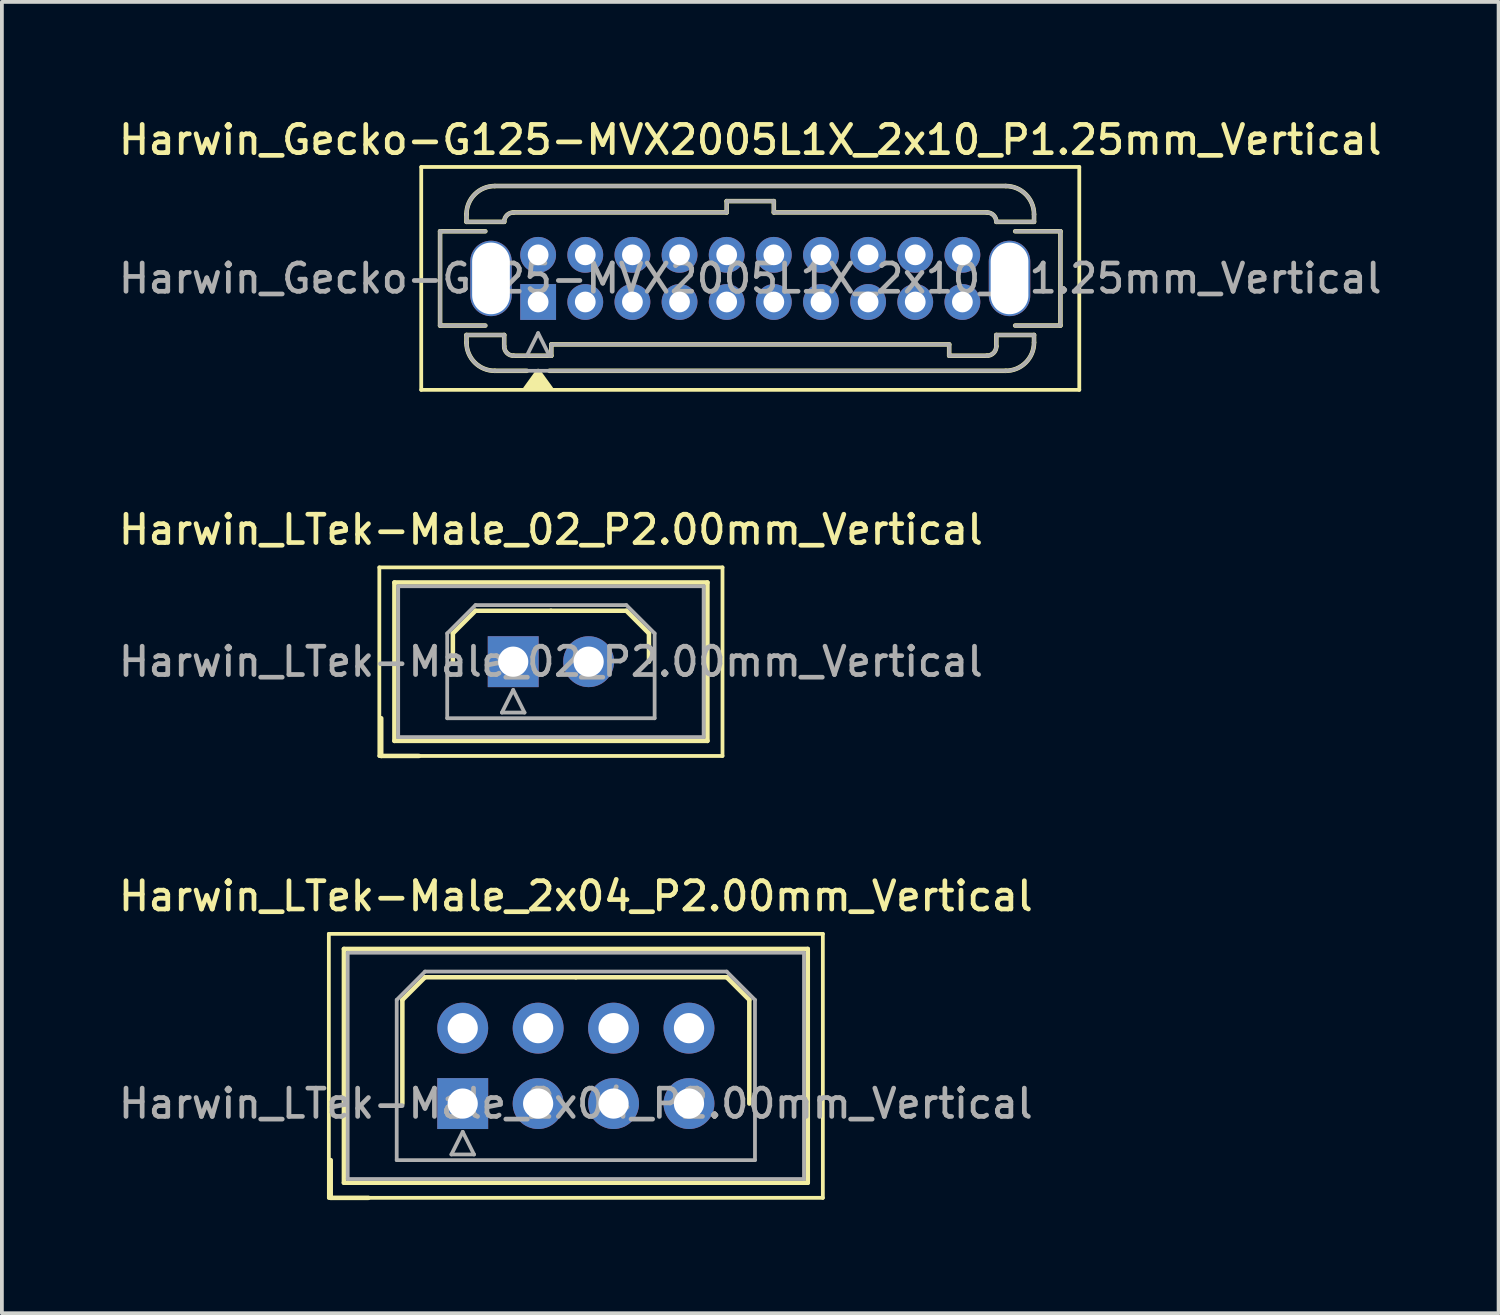
<source format=kicad_pcb>
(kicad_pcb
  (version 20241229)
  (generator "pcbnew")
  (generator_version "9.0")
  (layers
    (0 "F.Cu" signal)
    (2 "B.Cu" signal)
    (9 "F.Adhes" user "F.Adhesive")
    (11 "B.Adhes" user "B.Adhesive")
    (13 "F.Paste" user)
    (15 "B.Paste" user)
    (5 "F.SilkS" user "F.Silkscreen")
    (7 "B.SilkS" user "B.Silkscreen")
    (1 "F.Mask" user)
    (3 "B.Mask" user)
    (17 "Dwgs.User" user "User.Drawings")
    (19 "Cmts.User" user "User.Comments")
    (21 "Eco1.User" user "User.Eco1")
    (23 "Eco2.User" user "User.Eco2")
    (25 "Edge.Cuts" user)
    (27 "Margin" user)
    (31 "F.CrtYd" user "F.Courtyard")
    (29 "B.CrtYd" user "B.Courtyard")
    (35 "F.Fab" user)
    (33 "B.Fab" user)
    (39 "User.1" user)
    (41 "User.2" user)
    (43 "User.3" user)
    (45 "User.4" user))
  (footprint "Harwin_Gecko-G125-MVX2005L1X_2x10_P1.25mm_Vertical"
    (layer "F.Cu")
    (at 11.22 4.958)
    (property "Reference" "Harwin_Gecko-G125-MVX2005L1X_2x10_P1.25mm_Vertical" (at 5.625 -4.3 0) (layer "F.SilkS") (effects (font (size 0.75 0.75) (thickness 0.125))))
    (attr through_hole)
    (fp_line (start -3.1 -3.58) (end -3.1 2.33) (stroke (width 0.1) (type solid)) (layer "F.SilkS"))
    (fp_line (start -3.1 2.33) (end 14.35 2.33) (stroke (width 0.1) (type solid)) (layer "F.SilkS"))
    (fp_line (start -2.6 -1.875) (end -2.6 0.625) (stroke (width 0.12) (type solid)) (layer "F.SilkS"))
    (fp_line (start -2.6 0.625) (end -1.4 0.625) (stroke (width 0.12) (type solid)) (layer "F.SilkS"))
    (fp_line (start -1.9 -2.325) (end -1.9 -2.125) (stroke (width 0.12) (type solid)) (layer "F.SilkS"))
    (fp_line (start -1.9 -2.125) (end -0.9 -2.125) (stroke (width 0.12) (type solid)) (layer "F.SilkS"))
    (fp_line (start -1.9 0.875) (end -0.9 0.875) (stroke (width 0.12) (type solid)) (layer "F.SilkS"))
    (fp_line (start -1.9 1.075) (end -1.9 0.875) (stroke (width 0.12) (type solid)) (layer "F.SilkS"))
    (fp_line (start -1.4 -1.875) (end -2.6 -1.875) (stroke (width 0.12) (type solid)) (layer "F.SilkS"))
    (fp_line (start -1.15 -3.075) (end 12.4 -3.075) (stroke (width 0.12) (type solid)) (layer "F.SilkS"))
    (fp_line (start -1.15 1.825) (end -0.3 1.825) (stroke (width 0.12) (type solid)) (layer "F.SilkS"))
    (fp_line (start -0.9 1.175) (end -0.9 0.875) (stroke (width 0.12) (type solid)) (layer "F.SilkS"))
    (fp_line (start -0.65 -2.375) (end 5 -2.375) (stroke (width 0.12) (type solid)) (layer "F.SilkS"))
    (fp_line (start -0.65 1.425) (end 0.35 1.425) (stroke (width 0.12) (type solid)) (layer "F.SilkS"))
    (fp_line (start 0.3 1.825) (end 12.4 1.825) (stroke (width 0.12) (type solid)) (layer "F.SilkS"))
    (fp_line (start 0.35 1.125) (end 10.9 1.125) (stroke (width 0.12) (type solid)) (layer "F.SilkS"))
    (fp_line (start 0.35 1.425) (end 0.35 1.125) (stroke (width 0.12) (type solid)) (layer "F.SilkS"))
    (fp_line (start 5 -2.675) (end 6.25 -2.675) (stroke (width 0.12) (type solid)) (layer "F.SilkS"))
    (fp_line (start 5 -2.375) (end 5 -2.675) (stroke (width 0.12) (type solid)) (layer "F.SilkS"))
    (fp_line (start 6.25 -2.675) (end 6.25 -2.375) (stroke (width 0.12) (type solid)) (layer "F.SilkS"))
    (fp_line (start 6.25 -2.375) (end 11.9 -2.375) (stroke (width 0.12) (type solid)) (layer "F.SilkS"))
    (fp_line (start 10.9 1.125) (end 10.9 1.425) (stroke (width 0.12) (type solid)) (layer "F.SilkS"))
    (fp_line (start 10.9 1.425) (end 11.9 1.425) (stroke (width 0.12) (type solid)) (layer "F.SilkS"))
    (fp_line (start 12.15 1.175) (end 12.15 0.875) (stroke (width 0.12) (type solid)) (layer "F.SilkS"))
    (fp_line (start 12.65 -1.875) (end 13.85 -1.875) (stroke (width 0.12) (type solid)) (layer "F.SilkS"))
    (fp_line (start 13.15 -2.325) (end 13.15 -2.125) (stroke (width 0.12) (type solid)) (layer "F.SilkS"))
    (fp_line (start 13.15 -2.125) (end 12.15 -2.125) (stroke (width 0.12) (type solid)) (layer "F.SilkS"))
    (fp_line (start 13.15 0.875) (end 12.15 0.875) (stroke (width 0.12) (type solid)) (layer "F.SilkS"))
    (fp_line (start 13.15 1.075) (end 13.15 0.875) (stroke (width 0.12) (type solid)) (layer "F.SilkS"))
    (fp_line (start 13.85 -1.875) (end 13.85 0.625) (stroke (width 0.12) (type solid)) (layer "F.SilkS"))
    (fp_line (start 13.85 0.625) (end 12.65 0.625) (stroke (width 0.12) (type solid)) (layer "F.SilkS"))
    (fp_line (start 14.35 -3.58) (end -3.1 -3.58) (stroke (width 0.1) (type solid)) (layer "F.SilkS"))
    (fp_line (start 14.35 -3.58) (end 14.35 2.33) (stroke (width 0.1) (type solid)) (layer "F.SilkS"))
    (fp_arc (start -1.9 -2.325) (mid -1.68033 -2.85533) (end -1.15 -3.075) (stroke (width 0.12) (type solid)) (layer "F.SilkS"))
    (fp_arc (start -1.15 1.825) (mid -1.68033 1.60533) (end -1.9 1.075) (stroke (width 0.12) (type solid)) (layer "F.SilkS"))
    (fp_arc (start -0.9 -2.125) (mid -0.826777 -2.301777) (end -0.65 -2.375) (stroke (width 0.12) (type solid)) (layer "F.SilkS"))
    (fp_arc (start -0.65 1.425) (mid -0.826777 1.351777) (end -0.9 1.175) (stroke (width 0.12) (type solid)) (layer "F.SilkS"))
    (fp_arc (start 11.9 -2.375) (mid 12.076777 -2.301777) (end 12.15 -2.125) (stroke (width 0.12) (type solid)) (layer "F.SilkS"))
    (fp_arc (start 12.15 1.175) (mid 12.076777 1.351777) (end 11.9 1.425) (stroke (width 0.12) (type solid)) (layer "F.SilkS"))
    (fp_arc (start 12.4 -3.075) (mid 12.93033 -2.85533) (end 13.15 -2.325) (stroke (width 0.12) (type solid)) (layer "F.SilkS"))
    (fp_arc (start 13.15 1.075) (mid 12.93033 1.60533) (end 12.4 1.825) (stroke (width 0.12) (type solid)) (layer "F.SilkS"))
    (fp_poly (pts (xy 0 1.83) (xy -0.34 2.3) (xy 0.34 2.3) (xy 0 1.83)) (stroke (width 0.12) (type solid)) (fill yes) (layer "F.SilkS"))
    (fp_line (start -2.6 -1.875) (end -2.6 0.625) (stroke (width 0.1) (type solid)) (layer "F.Fab"))
    (fp_line (start -2.6 0.625) (end -1.4 0.625) (stroke (width 0.1) (type solid)) (layer "F.Fab"))
    (fp_line (start -1.9 -2.325) (end -1.9 -2.125) (stroke (width 0.1) (type solid)) (layer "F.Fab"))
    (fp_line (start -1.9 -2.125) (end -0.9 -2.125) (stroke (width 0.1) (type solid)) (layer "F.Fab"))
    (fp_line (start -1.9 0.875) (end -0.9 0.875) (stroke (width 0.1) (type solid)) (layer "F.Fab"))
    (fp_line (start -1.9 1.075) (end -1.9 0.875) (stroke (width 0.1) (type solid)) (layer "F.Fab"))
    (fp_line (start -1.4 -1.875) (end -2.6 -1.875) (stroke (width 0.1) (type solid)) (layer "F.Fab"))
    (fp_line (start -1.15 -3.075) (end 12.4 -3.075) (stroke (width 0.1) (type solid)) (layer "F.Fab"))
    (fp_line (start -1.15 1.825) (end 12.4 1.825) (stroke (width 0.1) (type solid)) (layer "F.Fab"))
    (fp_line (start -0.9 1.175) (end -0.9 0.875) (stroke (width 0.1) (type solid)) (layer "F.Fab"))
    (fp_line (start -0.65 -2.375) (end 5 -2.375) (stroke (width 0.1) (type solid)) (layer "F.Fab"))
    (fp_line (start -0.65 1.425) (end 0.35 1.425) (stroke (width 0.1) (type solid)) (layer "F.Fab"))
    (fp_line (start 0 0.825) (end -0.3 1.425) (stroke (width 0.1) (type solid)) (layer "F.Fab"))
    (fp_line (start 0.3 1.425) (end 0 0.825) (stroke (width 0.1) (type solid)) (layer "F.Fab"))
    (fp_line (start 0.35 1.125) (end 10.9 1.125) (stroke (width 0.1) (type solid)) (layer "F.Fab"))
    (fp_line (start 0.35 1.425) (end 0.35 1.125) (stroke (width 0.1) (type solid)) (layer "F.Fab"))
    (fp_line (start 5 -2.675) (end 6.25 -2.675) (stroke (width 0.1) (type solid)) (layer "F.Fab"))
    (fp_line (start 5 -2.375) (end 5 -2.675) (stroke (width 0.1) (type solid)) (layer "F.Fab"))
    (fp_line (start 6.25 -2.675) (end 6.25 -2.375) (stroke (width 0.1) (type solid)) (layer "F.Fab"))
    (fp_line (start 6.25 -2.375) (end 11.9 -2.375) (stroke (width 0.1) (type solid)) (layer "F.Fab"))
    (fp_line (start 10.9 1.125) (end 10.9 1.425) (stroke (width 0.1) (type solid)) (layer "F.Fab"))
    (fp_line (start 10.9 1.425) (end 11.9 1.425) (stroke (width 0.1) (type solid)) (layer "F.Fab"))
    (fp_line (start 12.15 1.175) (end 12.15 0.875) (stroke (width 0.1) (type solid)) (layer "F.Fab"))
    (fp_line (start 12.65 -1.875) (end 13.85 -1.875) (stroke (width 0.1) (type solid)) (layer "F.Fab"))
    (fp_line (start 13.15 -2.325) (end 13.15 -2.125) (stroke (width 0.1) (type solid)) (layer "F.Fab"))
    (fp_line (start 13.15 -2.125) (end 12.15 -2.125) (stroke (width 0.1) (type solid)) (layer "F.Fab"))
    (fp_line (start 13.15 0.875) (end 12.15 0.875) (stroke (width 0.1) (type solid)) (layer "F.Fab"))
    (fp_line (start 13.15 1.075) (end 13.15 0.875) (stroke (width 0.1) (type solid)) (layer "F.Fab"))
    (fp_line (start 13.85 -1.875) (end 13.85 0.625) (stroke (width 0.1) (type solid)) (layer "F.Fab"))
    (fp_line (start 13.85 0.625) (end 12.65 0.625) (stroke (width 0.1) (type solid)) (layer "F.Fab"))
    (fp_arc (start -1.9 -2.325) (mid -1.68033 -2.85533) (end -1.15 -3.075) (stroke (width 0.1) (type solid)) (layer "F.Fab"))
    (fp_arc (start -1.15 1.825) (mid -1.68033 1.60533) (end -1.9 1.075) (stroke (width 0.1) (type solid)) (layer "F.Fab"))
    (fp_arc (start -0.9 -2.125) (mid -0.826777 -2.301777) (end -0.65 -2.375) (stroke (width 0.1) (type solid)) (layer "F.Fab"))
    (fp_arc (start -0.65 1.425) (mid -0.826777 1.351777) (end -0.9 1.175) (stroke (width 0.1) (type solid)) (layer "F.Fab"))
    (fp_arc (start 11.9 -2.375) (mid 12.076777 -2.301777) (end 12.15 -2.125) (stroke (width 0.1) (type solid)) (layer "F.Fab"))
    (fp_arc (start 12.15 1.175) (mid 12.076777 1.351777) (end 11.9 1.425) (stroke (width 0.1) (type solid)) (layer "F.Fab"))
    (fp_arc (start 12.4 -3.075) (mid 12.93033 -2.85533) (end 13.15 -2.325) (stroke (width 0.1) (type solid)) (layer "F.Fab"))
    (fp_arc (start 13.15 1.075) (mid 12.93033 1.60533) (end 12.4 1.825) (stroke (width 0.1) (type solid)) (layer "F.Fab"))
    (fp_text user "${REFERENCE}" (at 5.625 -0.625 0) (layer "F.Fab") (effects (font (size 0.75 0.75) (thickness 0.125))))
    (pad "" np_thru_hole oval (at -1.25 -0.625) (size 1.1 2) (drill oval 1 1.9) (layers "*.Cu" "*.Mask"))
    (pad "" np_thru_hole oval (at 12.5 -0.625) (size 1.1 2) (drill oval 1 1.9) (layers "*.Cu" "*.Mask"))
    (pad "1" thru_hole rect (at 0 0) (size 0.95 0.95) (drill 0.55) (layers "*.Cu" "*.Mask"))
    (pad "2" thru_hole circle (at 1.25 0) (size 0.95 0.95) (drill 0.55) (layers "*.Cu" "*.Mask"))
    (pad "3" thru_hole circle (at 2.5 0) (size 0.95 0.95) (drill 0.55) (layers "*.Cu" "*.Mask"))
    (pad "4" thru_hole circle (at 3.75 0) (size 0.95 0.95) (drill 0.55) (layers "*.Cu" "*.Mask"))
    (pad "5" thru_hole circle (at 5 0) (size 0.95 0.95) (drill 0.55) (layers "*.Cu" "*.Mask"))
    (pad "6" thru_hole circle (at 6.25 0) (size 0.95 0.95) (drill 0.55) (layers "*.Cu" "*.Mask"))
    (pad "7" thru_hole circle (at 7.5 0) (size 0.95 0.95) (drill 0.55) (layers "*.Cu" "*.Mask"))
    (pad "8" thru_hole circle (at 8.75 0) (size 0.95 0.95) (drill 0.55) (layers "*.Cu" "*.Mask"))
    (pad "9" thru_hole circle (at 10 0) (size 0.95 0.95) (drill 0.55) (layers "*.Cu" "*.Mask"))
    (pad "10" thru_hole circle (at 11.25 0) (size 0.95 0.95) (drill 0.55) (layers "*.Cu" "*.Mask"))
    (pad "11" thru_hole circle (at 0 -1.25) (size 0.95 0.95) (drill 0.55) (layers "*.Cu" "*.Mask"))
    (pad "12" thru_hole circle (at 1.25 -1.25) (size 0.95 0.95) (drill 0.55) (layers "*.Cu" "*.Mask"))
    (pad "13" thru_hole circle (at 2.5 -1.25) (size 0.95 0.95) (drill 0.55) (layers "*.Cu" "*.Mask"))
    (pad "14" thru_hole circle (at 3.75 -1.25) (size 0.95 0.95) (drill 0.55) (layers "*.Cu" "*.Mask"))
    (pad "15" thru_hole circle (at 5 -1.25) (size 0.95 0.95) (drill 0.55) (layers "*.Cu" "*.Mask"))
    (pad "16" thru_hole circle (at 6.25 -1.25) (size 0.95 0.95) (drill 0.55) (layers "*.Cu" "*.Mask"))
    (pad "17" thru_hole circle (at 7.5 -1.25) (size 0.95 0.95) (drill 0.55) (layers "*.Cu" "*.Mask"))
    (pad "18" thru_hole circle (at 8.75 -1.25) (size 0.95 0.95) (drill 0.55) (layers "*.Cu" "*.Mask"))
    (pad "19" thru_hole circle (at 10 -1.25) (size 0.95 0.95) (drill 0.55) (layers "*.Cu" "*.Mask"))
    (pad "20" thru_hole circle (at 11.25 -1.25) (size 0.95 0.95) (drill 0.55) (layers "*.Cu" "*.Mask")))
  (footprint "Harwin_LTek-Male_2x04_P2.00mm_Vertical"
    (layer "F.Cu")
    (at 9.22 26.214)
    (property "Reference" "Harwin_LTek-Male_2x04_P2.00mm_Vertical" (at 3 -5.5 0) (layer "F.SilkS") (effects (font (size 0.75 0.75) (thickness 0.125))))
    (attr through_hole)
    (fp_line (start -3.55 -4.5) (end -3.55 2.5) (stroke (width 0.1) (type solid)) (layer "F.SilkS"))
    (fp_line (start -3.55 2.5) (end 9.55 2.5) (stroke (width 0.1) (type solid)) (layer "F.SilkS"))
    (fp_line (start -3.5 1.5) (end -3.5 2.5) (stroke (width 0.12) (type solid)) (layer "F.SilkS"))
    (fp_line (start -3.5 2.5) (end -2.5 2.5) (stroke (width 0.12) (type solid)) (layer "F.SilkS"))
    (fp_line (start -3.15 -4.1) (end -3.15 2.1) (stroke (width 0.12) (type solid)) (layer "F.SilkS"))
    (fp_line (start -3.15 2.1) (end 9.15 2.1) (stroke (width 0.12) (type solid)) (layer "F.SilkS"))
    (fp_line (start -1.6 -2.75) (end -1 -3.35) (stroke (width 0.12) (type solid)) (layer "F.SilkS"))
    (fp_line (start -1.6 0) (end -1.6 -2.75) (stroke (width 0.12) (type solid)) (layer "F.SilkS"))
    (fp_line (start -1 -3.35) (end 3 -3.35) (stroke (width 0.12) (type solid)) (layer "F.SilkS"))
    (fp_line (start 7 -3.35) (end 3 -3.35) (stroke (width 0.12) (type solid)) (layer "F.SilkS"))
    (fp_line (start 7.6 -2.75) (end 7 -3.35) (stroke (width 0.12) (type solid)) (layer "F.SilkS"))
    (fp_line (start 7.6 0) (end 7.6 -2.75) (stroke (width 0.12) (type solid)) (layer "F.SilkS"))
    (fp_line (start 9.15 -4.1) (end -3.15 -4.1) (stroke (width 0.12) (type solid)) (layer "F.SilkS"))
    (fp_line (start 9.15 2.1) (end 9.15 -4.1) (stroke (width 0.12) (type solid)) (layer "F.SilkS"))
    (fp_line (start 9.55 -4.5) (end -3.55 -4.5) (stroke (width 0.1) (type solid)) (layer "F.SilkS"))
    (fp_line (start 9.55 2.5) (end 9.55 -4.5) (stroke (width 0.1) (type solid)) (layer "F.SilkS"))
    (fp_line (start -3.05 -4) (end -3.05 2) (stroke (width 0.1) (type solid)) (layer "F.Fab"))
    (fp_line (start -3.05 2) (end 9.05 2) (stroke (width 0.1) (type solid)) (layer "F.Fab"))
    (fp_line (start -1.75 -2.75) (end -1 -3.5) (stroke (width 0.1) (type solid)) (layer "F.Fab"))
    (fp_line (start -1.75 1.5) (end -1.75 -2.75) (stroke (width 0.1) (type solid)) (layer "F.Fab"))
    (fp_line (start -1 -3.5) (end 7 -3.5) (stroke (width 0.1) (type solid)) (layer "F.Fab"))
    (fp_line (start -0.3 1.35) (end 0.3 1.35) (stroke (width 0.1) (type solid)) (layer "F.Fab"))
    (fp_line (start 0 0.75) (end -0.3 1.35) (stroke (width 0.1) (type solid)) (layer "F.Fab"))
    (fp_line (start 0.3 1.35) (end 0 0.75) (stroke (width 0.1) (type solid)) (layer "F.Fab"))
    (fp_line (start 7 -3.5) (end 7.75 -2.75) (stroke (width 0.1) (type solid)) (layer "F.Fab"))
    (fp_line (start 7.75 -2.75) (end 7.75 1.5) (stroke (width 0.1) (type solid)) (layer "F.Fab"))
    (fp_line (start 7.75 1.5) (end -1.75 1.5) (stroke (width 0.1) (type solid)) (layer "F.Fab"))
    (fp_line (start 9.05 -4) (end -3.05 -4) (stroke (width 0.1) (type solid)) (layer "F.Fab"))
    (fp_line (start 9.05 2) (end 9.05 -4) (stroke (width 0.1) (type solid)) (layer "F.Fab"))
    (fp_text user "${REFERENCE}" (at 3 0 0) (layer "F.Fab") (effects (font (size 0.75 0.75) (thickness 0.125))))
    (pad "1" thru_hole rect (at 0 0) (size 1.35 1.35) (drill 0.8) (layers "*.Cu" "*.Mask"))
    (pad "2" thru_hole circle (at 0 -2) (size 1.35 1.35) (drill 0.8) (layers "*.Cu" "*.Mask"))
    (pad "3" thru_hole circle (at 2 0) (size 1.35 1.35) (drill 0.8) (layers "*.Cu" "*.Mask"))
    (pad "4" thru_hole circle (at 2 -2) (size 1.35 1.35) (drill 0.8) (layers "*.Cu" "*.Mask"))
    (pad "5" thru_hole circle (at 4 0) (size 1.35 1.35) (drill 0.8) (layers "*.Cu" "*.Mask"))
    (pad "6" thru_hole circle (at 4 -2) (size 1.35 1.35) (drill 0.8) (layers "*.Cu" "*.Mask"))
    (pad "7" thru_hole circle (at 6 0) (size 1.35 1.35) (drill 0.8) (layers "*.Cu" "*.Mask"))
    (pad "8" thru_hole circle (at 6 -2) (size 1.35 1.35) (drill 0.8) (layers "*.Cu" "*.Mask")))
  (footprint "Harwin_LTek-Male_02_P2.00mm_Vertical"
    (layer "F.Cu")
    (at 10.559 14.496)
    (property "Reference" "Harwin_LTek-Male_02_P2.00mm_Vertical" (at 1 -3.5 0) (layer "F.SilkS") (effects (font (size 0.75 0.75) (thickness 0.125))))
    (attr through_hole)
    (fp_line (start -3.55 -2.5) (end -3.55 2.5) (stroke (width 0.1) (type solid)) (layer "F.SilkS"))
    (fp_line (start -3.55 2.5) (end 5.55 2.5) (stroke (width 0.1) (type solid)) (layer "F.SilkS"))
    (fp_line (start -3.5 1.5) (end -3.5 2.5) (stroke (width 0.12) (type solid)) (layer "F.SilkS"))
    (fp_line (start -3.5 2.5) (end -2.5 2.5) (stroke (width 0.12) (type solid)) (layer "F.SilkS"))
    (fp_line (start -3.15 -2.1) (end -3.15 2.1) (stroke (width 0.12) (type solid)) (layer "F.SilkS"))
    (fp_line (start -3.15 2.1) (end 5.15 2.1) (stroke (width 0.12) (type solid)) (layer "F.SilkS"))
    (fp_line (start -1.6 -0.75) (end -1 -1.35) (stroke (width 0.12) (type solid)) (layer "F.SilkS"))
    (fp_line (start -1.6 0) (end -1.6 -0.75) (stroke (width 0.12) (type solid)) (layer "F.SilkS"))
    (fp_line (start -1 -1.35) (end 1 -1.35) (stroke (width 0.12) (type solid)) (layer "F.SilkS"))
    (fp_line (start 3 -1.35) (end 1 -1.35) (stroke (width 0.12) (type solid)) (layer "F.SilkS"))
    (fp_line (start 3.6 -0.75) (end 3 -1.35) (stroke (width 0.12) (type solid)) (layer "F.SilkS"))
    (fp_line (start 3.6 0) (end 3.6 -0.75) (stroke (width 0.12) (type solid)) (layer "F.SilkS"))
    (fp_line (start 5.15 -2.1) (end -3.15 -2.1) (stroke (width 0.12) (type solid)) (layer "F.SilkS"))
    (fp_line (start 5.15 2.1) (end 5.15 -2.1) (stroke (width 0.12) (type solid)) (layer "F.SilkS"))
    (fp_line (start 5.55 -2.5) (end -3.55 -2.5) (stroke (width 0.1) (type solid)) (layer "F.SilkS"))
    (fp_line (start 5.55 2.5) (end 5.55 -2.5) (stroke (width 0.1) (type solid)) (layer "F.SilkS"))
    (fp_line (start -3.05 -2) (end -3.05 2) (stroke (width 0.1) (type solid)) (layer "F.Fab"))
    (fp_line (start -3.05 2) (end 5.05 2) (stroke (width 0.1) (type solid)) (layer "F.Fab"))
    (fp_line (start -1.75 -0.75) (end -1 -1.5) (stroke (width 0.1) (type solid)) (layer "F.Fab"))
    (fp_line (start -1.75 1.5) (end -1.75 -0.75) (stroke (width 0.1) (type solid)) (layer "F.Fab"))
    (fp_line (start -1 -1.5) (end 3 -1.5) (stroke (width 0.1) (type solid)) (layer "F.Fab"))
    (fp_line (start -0.3 1.35) (end 0.3 1.35) (stroke (width 0.1) (type solid)) (layer "F.Fab"))
    (fp_line (start 0 0.75) (end -0.3 1.35) (stroke (width 0.1) (type solid)) (layer "F.Fab"))
    (fp_line (start 0.3 1.35) (end 0 0.75) (stroke (width 0.1) (type solid)) (layer "F.Fab"))
    (fp_line (start 3 -1.5) (end 3.75 -0.75) (stroke (width 0.1) (type solid)) (layer "F.Fab"))
    (fp_line (start 3.75 -0.75) (end 3.75 1.5) (stroke (width 0.1) (type solid)) (layer "F.Fab"))
    (fp_line (start 3.75 1.5) (end -1.75 1.5) (stroke (width 0.1) (type solid)) (layer "F.Fab"))
    (fp_line (start 5.05 -2) (end -3.05 -2) (stroke (width 0.1) (type solid)) (layer "F.Fab"))
    (fp_line (start 5.05 2) (end 5.05 -2) (stroke (width 0.1) (type solid)) (layer "F.Fab"))
    (fp_text user "${REFERENCE}" (at 1 0 0) (layer "F.Fab") (effects (font (size 0.75 0.75) (thickness 0.125))))
    (pad "1" thru_hole rect (at 0 0) (size 1.35 1.35) (drill 0.8) (layers "*.Cu" "*.Mask"))
    (pad "2" thru_hole circle (at 2 0) (size 1.35 1.35) (drill 0.8) (layers "*.Cu" "*.Mask")))
  (gr_rect
    (start -3 -3)
    (end 36.689 31.774)
    (stroke (width 0.1) (type default))
    (fill no)
    (layer "Edge.Cuts")))
</source>
